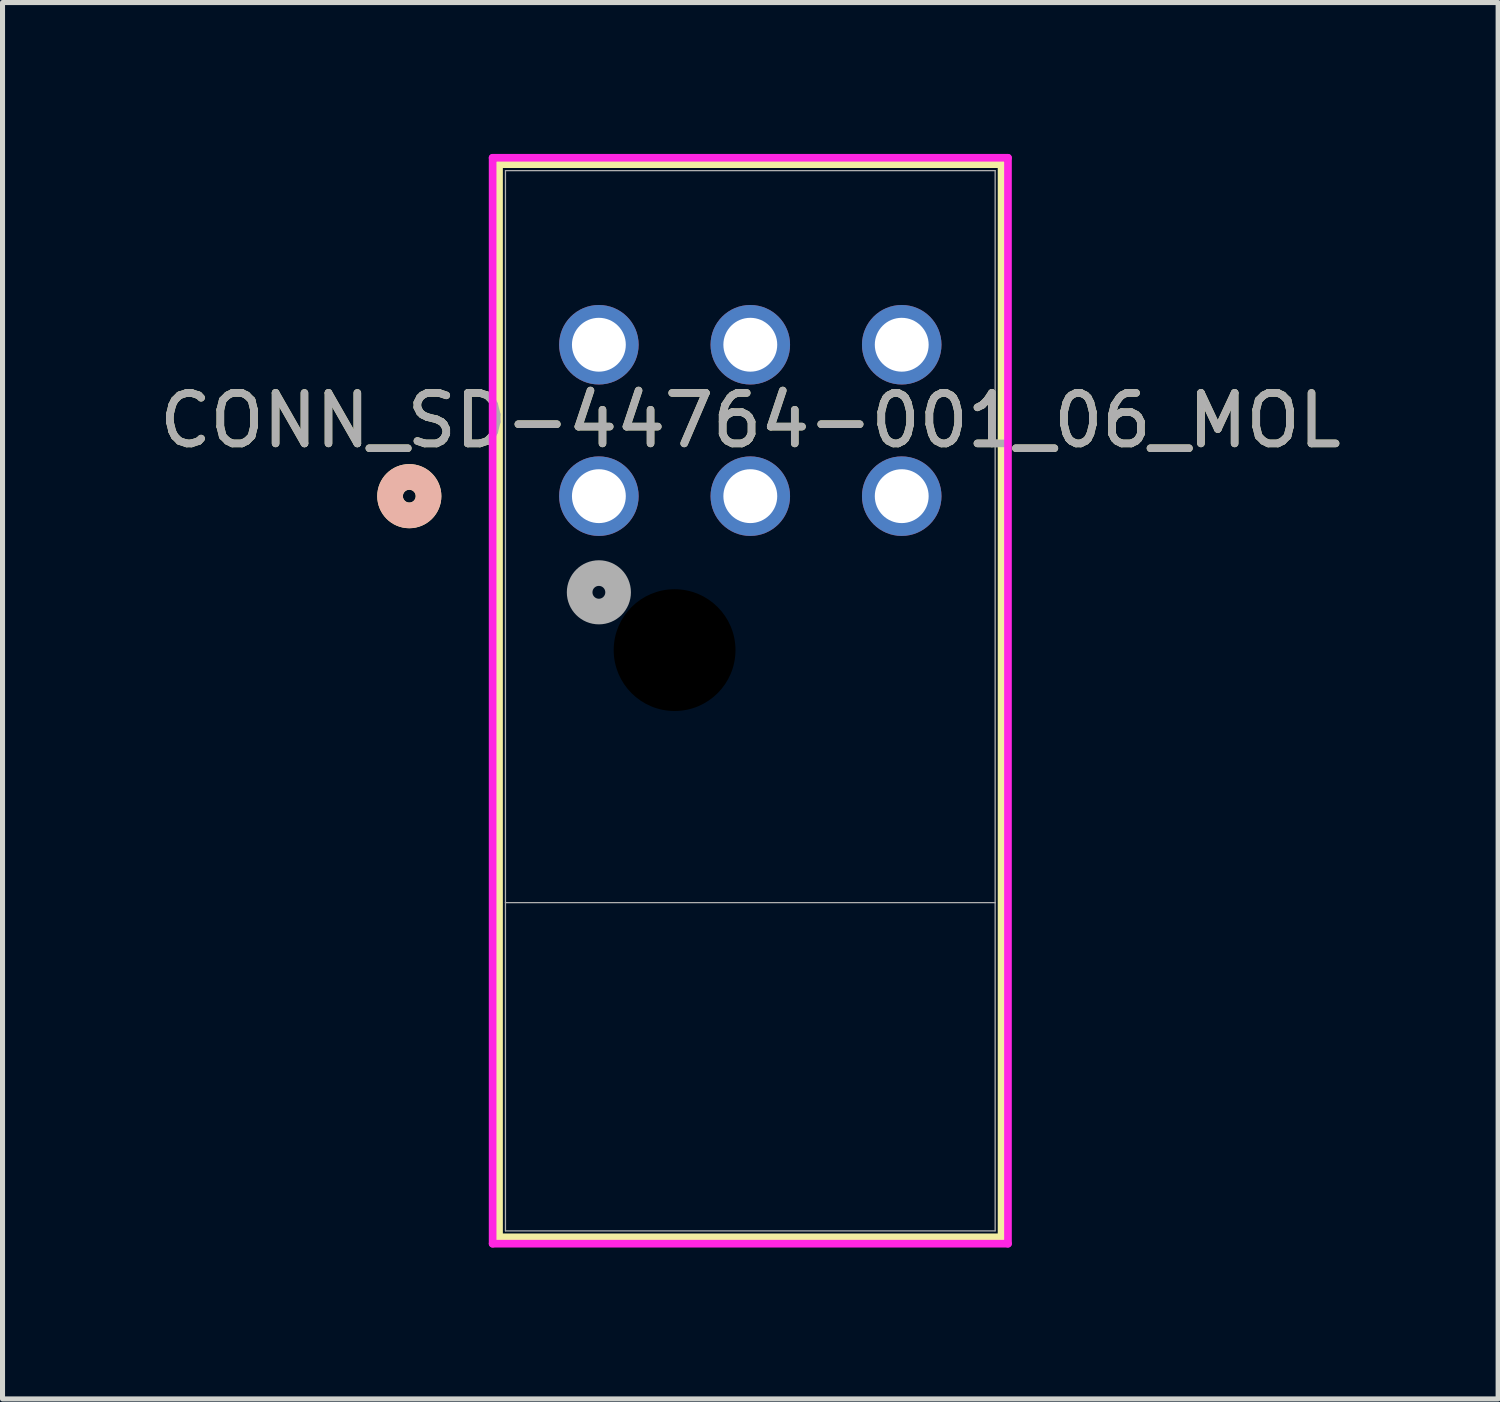
<source format=kicad_pcb>
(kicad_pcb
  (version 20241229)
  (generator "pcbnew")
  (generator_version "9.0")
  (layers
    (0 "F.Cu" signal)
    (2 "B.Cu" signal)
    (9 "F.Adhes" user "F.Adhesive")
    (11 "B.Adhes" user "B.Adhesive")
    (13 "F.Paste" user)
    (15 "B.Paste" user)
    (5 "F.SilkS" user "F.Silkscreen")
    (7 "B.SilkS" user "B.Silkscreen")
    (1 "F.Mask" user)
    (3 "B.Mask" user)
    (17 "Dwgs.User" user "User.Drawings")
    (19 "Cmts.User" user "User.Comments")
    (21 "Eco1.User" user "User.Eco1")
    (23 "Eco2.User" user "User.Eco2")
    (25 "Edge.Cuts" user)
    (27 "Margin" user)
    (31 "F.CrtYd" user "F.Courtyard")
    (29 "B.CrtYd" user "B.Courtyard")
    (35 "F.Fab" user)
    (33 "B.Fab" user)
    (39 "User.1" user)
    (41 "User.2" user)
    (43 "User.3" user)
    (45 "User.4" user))
  (footprint "CONN_SD-44764-001_06_MOL"
    (layer "F.Cu")
    (at 8.815 6.78)
    (property "Reference" "CONN_SD-44764-001_06_MOL" (at 3 -1.5 0) (unlocked yes) (layer "F.SilkS") (effects (font (size 1 1) (thickness 0.15))))
    (attr through_hole)
    (fp_line (start -1.978 -6.577) (end -1.978 14.683) (stroke (width 0.152) (type solid)) (layer "F.SilkS"))
    (fp_line (start -1.978 14.683) (end 7.978 14.683) (stroke (width 0.152) (type solid)) (layer "F.SilkS"))
    (fp_line (start 7.978 -6.577) (end -1.978 -6.577) (stroke (width 0.152) (type solid)) (layer "F.SilkS"))
    (fp_line (start 7.978 14.683) (end 7.978 -6.577) (stroke (width 0.152) (type solid)) (layer "F.SilkS"))
    (fp_circle (center -3.756 0) (end -3.375 0) (stroke (width 0.508) (type solid)) (fill no) (layer "F.SilkS"))
    (fp_circle (center -3.756 0) (end -3.375 0) (stroke (width 0.508) (type solid)) (fill no) (layer "B.SilkS"))
    (fp_line (start -2.105 -6.704) (end -2.105 14.81) (stroke (width 0.152) (type solid)) (layer "F.CrtYd"))
    (fp_line (start -2.105 14.81) (end 8.105 14.81) (stroke (width 0.152) (type solid)) (layer "F.CrtYd"))
    (fp_line (start 8.105 -6.704) (end -2.105 -6.704) (stroke (width 0.152) (type solid)) (layer "F.CrtYd"))
    (fp_line (start 8.105 14.81) (end 8.105 -6.704) (stroke (width 0.152) (type solid)) (layer "F.CrtYd"))
    (fp_line (start -1.851 -6.45) (end -1.851 8.053) (stroke (width 0.025) (type solid)) (layer "F.Fab"))
    (fp_line (start -1.851 8.053) (end -1.851 14.556) (stroke (width 0.025) (type solid)) (layer "F.Fab"))
    (fp_line (start -1.851 8.053) (end 7.851 8.053) (stroke (width 0.025) (type solid)) (layer "F.Fab"))
    (fp_line (start -1.851 14.556) (end 7.851 14.556) (stroke (width 0.025) (type solid)) (layer "F.Fab"))
    (fp_line (start 7.851 -6.45) (end -1.851 -6.45) (stroke (width 0.025) (type solid)) (layer "F.Fab"))
    (fp_line (start 7.851 8.053) (end 7.851 -6.45) (stroke (width 0.025) (type solid)) (layer "F.Fab"))
    (fp_line (start 7.851 8.053) (end 7.851 14.556) (stroke (width 0.025) (type solid)) (layer "F.Fab"))
    (fp_circle (center 0 1.905) (end 0.381 1.905) (stroke (width 0.508) (type solid)) (fill no) (layer "F.Fab"))
    (fp_text user "${REFERENCE}" (at 3 -1.5 0) (unlocked yes) (layer "F.Fab") (effects (font (size 1 1) (thickness 0.15))))
    (pad "" np_thru_hole circle (at 1.5 3.05) (size 2.413 2.413) (drill 2.413) (layers))
    (pad "1" thru_hole circle (at 0 0) (size 1.575 1.575) (drill 1.067) (layers "*.Cu" "*.Mask"))
    (pad "2" thru_hole circle (at 3 0) (size 1.575 1.575) (drill 1.067) (layers "*.Cu" "*.Mask"))
    (pad "3" thru_hole circle (at 6 0) (size 1.575 1.575) (drill 1.067) (layers "*.Cu" "*.Mask"))
    (pad "4" thru_hole circle (at 0 -3) (size 1.575 1.575) (drill 1.067) (layers "*.Cu" "*.Mask"))
    (pad "5" thru_hole circle (at 3 -3) (size 1.575 1.575) (drill 1.067) (layers "*.Cu" "*.Mask"))
    (pad "6" thru_hole circle (at 6 -3) (size 1.575 1.575) (drill 1.067) (layers "*.Cu" "*.Mask")))
  (gr_rect
    (start -3 -3)
    (end 26.631 24.666)
    (stroke (width 0.1) (type default))
    (fill no)
    (layer "Edge.Cuts")))
</source>
